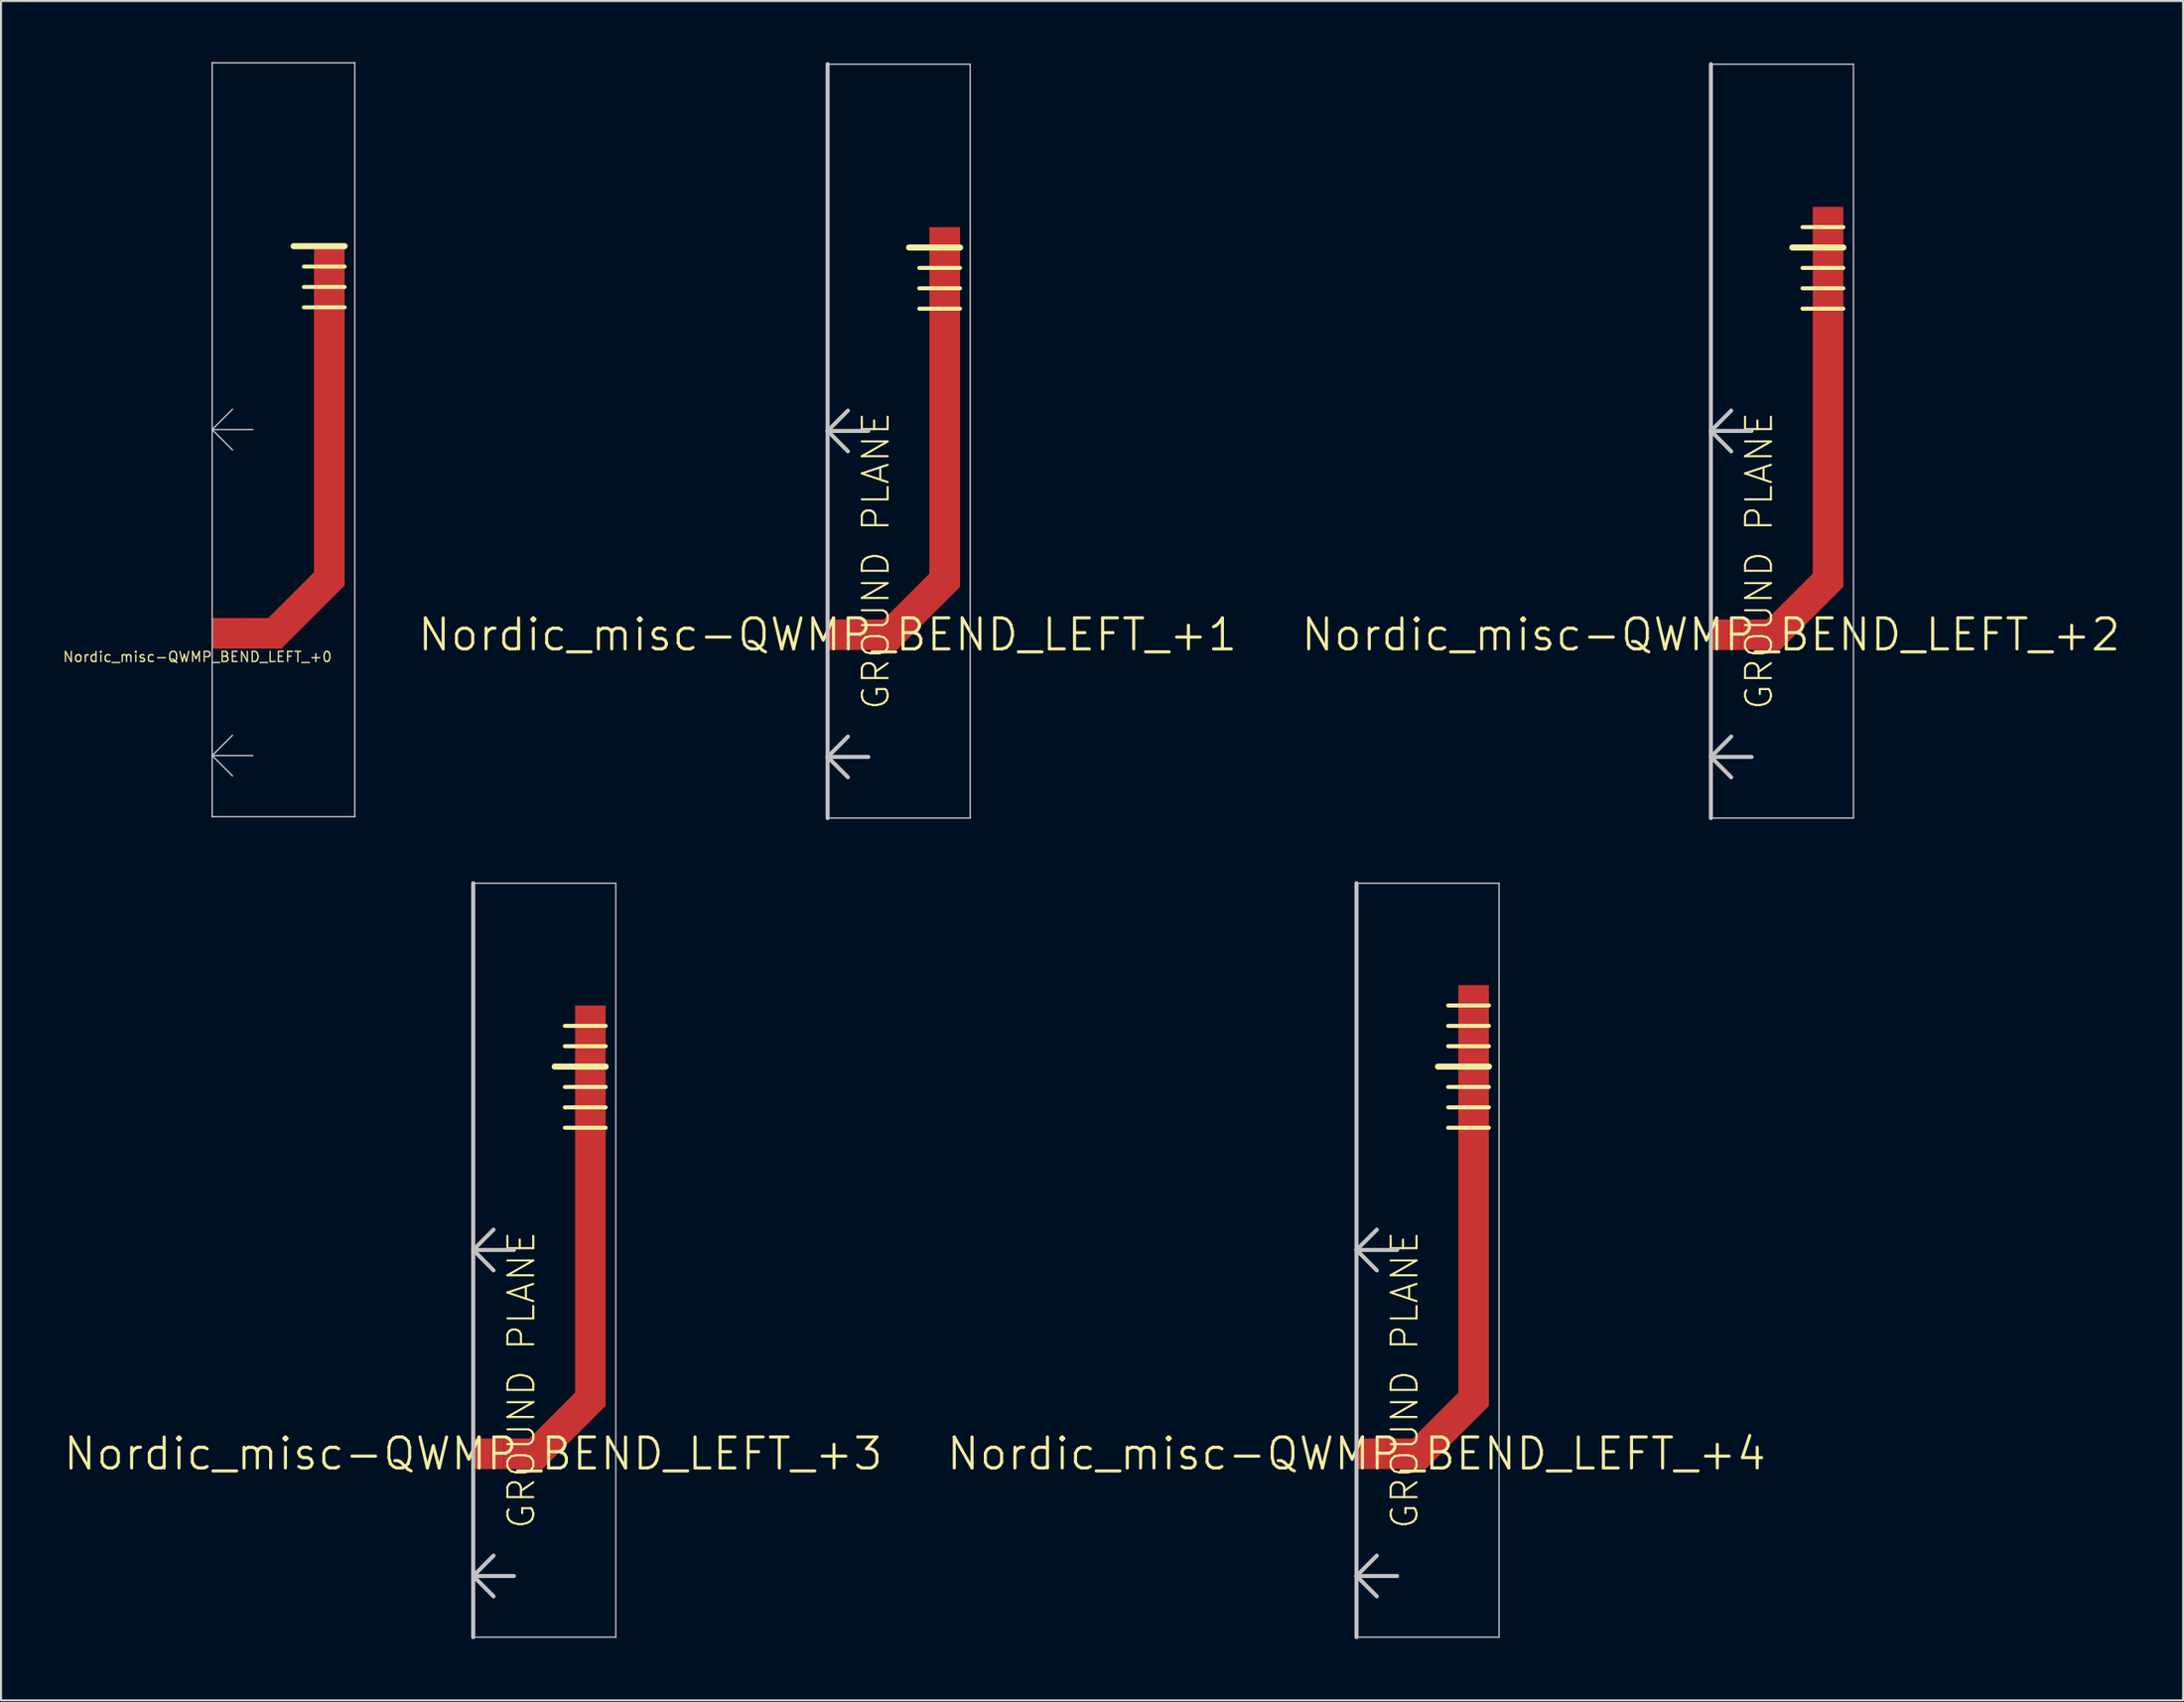
<source format=kicad_pcb>
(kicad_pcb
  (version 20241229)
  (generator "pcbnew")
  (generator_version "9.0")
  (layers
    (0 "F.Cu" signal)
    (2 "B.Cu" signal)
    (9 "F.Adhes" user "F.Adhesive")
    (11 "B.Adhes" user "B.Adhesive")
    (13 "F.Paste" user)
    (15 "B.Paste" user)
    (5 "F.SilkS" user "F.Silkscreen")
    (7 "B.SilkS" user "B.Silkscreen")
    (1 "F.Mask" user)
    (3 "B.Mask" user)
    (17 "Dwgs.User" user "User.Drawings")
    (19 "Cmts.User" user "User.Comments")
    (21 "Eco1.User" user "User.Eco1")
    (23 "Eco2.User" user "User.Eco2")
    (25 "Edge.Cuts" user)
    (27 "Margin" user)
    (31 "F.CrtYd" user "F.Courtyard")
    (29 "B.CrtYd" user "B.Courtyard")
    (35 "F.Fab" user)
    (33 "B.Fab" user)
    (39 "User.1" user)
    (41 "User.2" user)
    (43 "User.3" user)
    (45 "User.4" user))
  (footprint "Nordic_misc-QWMP_BEND_LEFT_+2"
    (layer "F.Cu")
    (at 80.918 28.097)
    (property "Reference" "Nordic_misc-QWMP_BEND_LEFT_+2" (at 0 0 0) (layer "F.SilkS") (effects (font (size 1.524 1.524) (thickness 0.15))))
    (attr smd)
    (fp_poly (pts (xy 1.499 -0.749) (xy 2.748 -0.749) (xy 4.999 -3) (xy 4.999 -20.998) (xy 6.5 -20.998) (xy 6.5 -2.349) (xy 3.399 0.749) (xy 1.499 0.749) (xy 1.499 -0.749)) (stroke (width 0) (type solid)) (fill yes) (layer "F.Cu"))
    (fp_line (start 4.498 -20) (end 6.5 -20) (stroke (width 0.198) (type solid)) (layer "F.SilkS"))
    (fp_line (start 4.498 -17.998) (end 6.5 -17.998) (stroke (width 0.198) (type solid)) (layer "F.SilkS"))
    (fp_line (start 4.498 -16.998) (end 6.5 -16.998) (stroke (width 0.198) (type solid)) (layer "F.SilkS"))
    (fp_line (start 4.498 -15.999) (end 6.5 -15.999) (stroke (width 0.198) (type solid)) (layer "F.SilkS"))
    (fp_line (start 6.5 -18.999) (end 3.998 -18.999) (stroke (width 0.3) (type solid)) (layer "F.SilkS"))
    (fp_line (start 0 -27.998) (end 0 -10) (stroke (width 0.198) (type solid)) (layer "Dwgs.User"))
    (fp_line (start 0 -27.998) (end 6.998 -27.998) (stroke (width 0.066) (type solid)) (layer "Dwgs.User"))
    (fp_line (start 0 -10) (end 0 5.999) (stroke (width 0.198) (type solid)) (layer "Dwgs.User"))
    (fp_line (start 0 -10) (end 0.998 -10.998) (stroke (width 0.198) (type solid)) (layer "Dwgs.User"))
    (fp_line (start 0 -10) (end 0.998 -8.999) (stroke (width 0.198) (type solid)) (layer "Dwgs.User"))
    (fp_line (start 0 -10) (end 1.999 -10) (stroke (width 0.198) (type solid)) (layer "Dwgs.User"))
    (fp_line (start 0 5.999) (end 0 8.999) (stroke (width 0.198) (type solid)) (layer "Dwgs.User"))
    (fp_line (start 0 5.999) (end 0.998 4.999) (stroke (width 0.198) (type solid)) (layer "Dwgs.User"))
    (fp_line (start 0 5.999) (end 0.998 6.998) (stroke (width 0.198) (type solid)) (layer "Dwgs.User"))
    (fp_line (start 0 5.999) (end 1.999 5.999) (stroke (width 0.198) (type solid)) (layer "Dwgs.User"))
    (fp_line (start 0 8.999) (end 0 -27.998) (stroke (width 0.066) (type solid)) (layer "Dwgs.User"))
    (fp_line (start 0 8.999) (end 6.998 8.999) (stroke (width 0.066) (type solid)) (layer "Dwgs.User"))
    (fp_line (start 6.998 8.999) (end 6.998 -27.998) (stroke (width 0.066) (type solid)) (layer "Dwgs.User"))
    (fp_text user "GROUND PLANE" (at 2.365 -3.619 90) (layer "F.SilkS") (effects (font (size 1.27 1.27) (thickness 0.102))))
    (pad "P$1" smd rect (at 0.749 0) (size 1.499 1.499) (layers "F.Cu" "F.Mask" "F.Paste")))
  (footprint "Nordic_misc-QWMP_BEND_LEFT_+0"
    (layer "F.Cu")
    (at 7.363 28.031)
    (property "Reference" "Nordic_misc-QWMP_BEND_LEFT_+0" (at -0.724 1.156 0) (layer "F.SilkS") (effects (font (size 0.5 0.5) (thickness 0.062))))
    (attr smd)
    (fp_poly (pts (xy 1.499 -0.749) (xy 2.748 -0.749) (xy 4.999 -3) (xy 4.999 -18.999) (xy 6.5 -18.999) (xy 6.5 -2.349) (xy 3.399 0.749) (xy 1.499 0.749) (xy 1.499 -0.749)) (stroke (width 0) (type solid)) (fill yes) (layer "F.Cu"))
    (fp_line (start 6.5 -18.999) (end 3.998 -18.999) (stroke (width 0.3) (type solid)) (layer "F.SilkS"))
    (fp_line (start 6.5 -17.998) (end 4.498 -17.998) (stroke (width 0.198) (type solid)) (layer "F.SilkS"))
    (fp_line (start 6.5 -16.998) (end 4.498 -16.998) (stroke (width 0.198) (type solid)) (layer "F.SilkS"))
    (fp_line (start 6.5 -15.999) (end 4.498 -15.999) (stroke (width 0.198) (type solid)) (layer "F.SilkS"))
    (fp_line (start 0 -27.998) (end 0 8.999) (stroke (width 0.066) (type solid)) (layer "Dwgs.User"))
    (fp_line (start 0 -27.998) (end 6.998 -27.998) (stroke (width 0.066) (type solid)) (layer "Dwgs.User"))
    (fp_line (start 0 -10) (end 0.998 -10.998) (stroke (width 0.066) (type solid)) (layer "Dwgs.User"))
    (fp_line (start 0 -10) (end 0.998 -8.999) (stroke (width 0.066) (type solid)) (layer "Dwgs.User"))
    (fp_line (start 0 -10) (end 1.999 -10) (stroke (width 0.066) (type solid)) (layer "Dwgs.User"))
    (fp_line (start 0 5.999) (end 0.998 4.999) (stroke (width 0.066) (type solid)) (layer "Dwgs.User"))
    (fp_line (start 0 5.999) (end 0.998 6.998) (stroke (width 0.066) (type solid)) (layer "Dwgs.User"))
    (fp_line (start 0 5.999) (end 1.999 5.999) (stroke (width 0.066) (type solid)) (layer "Dwgs.User"))
    (fp_line (start 0 8.999) (end 6.998 8.999) (stroke (width 0.066) (type solid)) (layer "Dwgs.User"))
    (fp_line (start 6.998 8.999) (end 6.998 -27.998) (stroke (width 0.066) (type solid)) (layer "Dwgs.User"))
    (pad "1" smd rect (at 0.749 0) (size 1.499 1.499) (layers "F.Cu" "F.Mask" "F.Paste")))
  (footprint "Nordic_misc-QWMP_BEND_LEFT_+4"
    (layer "F.Cu")
    (at 63.525 68.293)
    (property "Reference" "Nordic_misc-QWMP_BEND_LEFT_+4" (at 0 0 0) (layer "F.SilkS") (effects (font (size 1.524 1.524) (thickness 0.15))))
    (attr smd)
    (fp_poly (pts (xy 1.499 -0.749) (xy 2.748 -0.749) (xy 4.999 -3) (xy 4.999 -23) (xy 6.5 -23) (xy 6.5 -2.349) (xy 3.399 0.749) (xy 1.499 0.749) (xy 1.499 -0.749)) (stroke (width 0) (type solid)) (fill yes) (layer "F.Cu"))
    (fp_line (start 4.498 -21.999) (end 6.5 -21.999) (stroke (width 0.198) (type solid)) (layer "F.SilkS"))
    (fp_line (start 4.498 -20.998) (end 6.5 -20.998) (stroke (width 0.198) (type solid)) (layer "F.SilkS"))
    (fp_line (start 4.498 -20) (end 6.5 -20) (stroke (width 0.198) (type solid)) (layer "F.SilkS"))
    (fp_line (start 4.498 -17.998) (end 6.5 -17.998) (stroke (width 0.198) (type solid)) (layer "F.SilkS"))
    (fp_line (start 4.498 -16.998) (end 6.5 -16.998) (stroke (width 0.198) (type solid)) (layer "F.SilkS"))
    (fp_line (start 4.498 -15.999) (end 6.5 -15.999) (stroke (width 0.198) (type solid)) (layer "F.SilkS"))
    (fp_line (start 6.5 -18.999) (end 3.998 -18.999) (stroke (width 0.3) (type solid)) (layer "F.SilkS"))
    (fp_line (start 0 -27.998) (end 0 -10) (stroke (width 0.198) (type solid)) (layer "Dwgs.User"))
    (fp_line (start 0 -27.998) (end 6.998 -27.998) (stroke (width 0.066) (type solid)) (layer "Dwgs.User"))
    (fp_line (start 0 -10) (end 0 5.999) (stroke (width 0.198) (type solid)) (layer "Dwgs.User"))
    (fp_line (start 0 -10) (end 0.998 -10.998) (stroke (width 0.198) (type solid)) (layer "Dwgs.User"))
    (fp_line (start 0 -10) (end 0.998 -8.999) (stroke (width 0.198) (type solid)) (layer "Dwgs.User"))
    (fp_line (start 0 -10) (end 1.999 -10) (stroke (width 0.198) (type solid)) (layer "Dwgs.User"))
    (fp_line (start 0 5.999) (end 0 8.999) (stroke (width 0.198) (type solid)) (layer "Dwgs.User"))
    (fp_line (start 0 5.999) (end 0.998 4.999) (stroke (width 0.198) (type solid)) (layer "Dwgs.User"))
    (fp_line (start 0 5.999) (end 0.998 6.998) (stroke (width 0.198) (type solid)) (layer "Dwgs.User"))
    (fp_line (start 0 5.999) (end 1.999 5.999) (stroke (width 0.198) (type solid)) (layer "Dwgs.User"))
    (fp_line (start 0 8.999) (end 0 -27.998) (stroke (width 0.066) (type solid)) (layer "Dwgs.User"))
    (fp_line (start 0 8.999) (end 6.998 8.999) (stroke (width 0.066) (type solid)) (layer "Dwgs.User"))
    (fp_line (start 6.998 8.999) (end 6.998 -27.998) (stroke (width 0.066) (type solid)) (layer "Dwgs.User"))
    (fp_text user "GROUND PLANE" (at 2.365 -3.619 90) (layer "F.SilkS") (effects (font (size 1.27 1.27) (thickness 0.102))))
    (pad "P$1" smd rect (at 0.749 0) (size 1.499 1.499) (layers "F.Cu" "F.Mask" "F.Paste")))
  (footprint "Nordic_misc-QWMP_BEND_LEFT_+1"
    (layer "F.Cu")
    (at 37.568 28.097)
    (property "Reference" "Nordic_misc-QWMP_BEND_LEFT_+1" (at 0 0 0) (layer "F.SilkS") (effects (font (size 1.524 1.524) (thickness 0.15))))
    (attr smd)
    (fp_poly (pts (xy 1.499 -0.749) (xy 2.748 -0.749) (xy 4.999 -3) (xy 4.999 -20) (xy 6.5 -20) (xy 6.5 -2.349) (xy 3.399 0.749) (xy 1.499 0.749) (xy 1.499 -0.749)) (stroke (width 0) (type solid)) (fill yes) (layer "F.Cu"))
    (fp_line (start 4.498 -17.998) (end 6.5 -17.998) (stroke (width 0.198) (type solid)) (layer "F.SilkS"))
    (fp_line (start 4.498 -16.998) (end 6.5 -16.998) (stroke (width 0.198) (type solid)) (layer "F.SilkS"))
    (fp_line (start 4.498 -15.999) (end 6.5 -15.999) (stroke (width 0.198) (type solid)) (layer "F.SilkS"))
    (fp_line (start 6.5 -18.999) (end 3.998 -18.999) (stroke (width 0.3) (type solid)) (layer "F.SilkS"))
    (fp_line (start 0 -27.998) (end 0 -10) (stroke (width 0.198) (type solid)) (layer "Dwgs.User"))
    (fp_line (start 0 -27.998) (end 6.998 -27.998) (stroke (width 0.066) (type solid)) (layer "Dwgs.User"))
    (fp_line (start 0 -10) (end 0 5.999) (stroke (width 0.198) (type solid)) (layer "Dwgs.User"))
    (fp_line (start 0 -10) (end 0.998 -10.998) (stroke (width 0.198) (type solid)) (layer "Dwgs.User"))
    (fp_line (start 0 -10) (end 0.998 -8.999) (stroke (width 0.198) (type solid)) (layer "Dwgs.User"))
    (fp_line (start 0 -10) (end 1.999 -10) (stroke (width 0.198) (type solid)) (layer "Dwgs.User"))
    (fp_line (start 0 5.999) (end 0 8.999) (stroke (width 0.198) (type solid)) (layer "Dwgs.User"))
    (fp_line (start 0 5.999) (end 0.998 4.999) (stroke (width 0.198) (type solid)) (layer "Dwgs.User"))
    (fp_line (start 0 5.999) (end 0.998 6.998) (stroke (width 0.198) (type solid)) (layer "Dwgs.User"))
    (fp_line (start 0 5.999) (end 1.999 5.999) (stroke (width 0.198) (type solid)) (layer "Dwgs.User"))
    (fp_line (start 0 8.999) (end 0 -27.998) (stroke (width 0.066) (type solid)) (layer "Dwgs.User"))
    (fp_line (start 0 8.999) (end 6.998 8.999) (stroke (width 0.066) (type solid)) (layer "Dwgs.User"))
    (fp_line (start 6.998 8.999) (end 6.998 -27.998) (stroke (width 0.066) (type solid)) (layer "Dwgs.User"))
    (fp_text user "GROUND PLANE" (at 2.365 -3.619 90) (layer "F.SilkS") (effects (font (size 1.27 1.27) (thickness 0.102))))
    (pad "P$1" smd rect (at 0.749 0) (size 1.499 1.499) (layers "F.Cu" "F.Mask" "F.Paste")))
  (footprint "Nordic_misc-QWMP_BEND_LEFT_+3"
    (layer "F.Cu")
    (at 20.175 68.293)
    (property "Reference" "Nordic_misc-QWMP_BEND_LEFT_+3" (at 0 0 0) (layer "F.SilkS") (effects (font (size 1.524 1.524) (thickness 0.15))))
    (attr smd)
    (fp_poly (pts (xy 1.499 -0.749) (xy 2.748 -0.749) (xy 4.999 -3) (xy 4.999 -21.999) (xy 6.5 -21.999) (xy 6.5 -2.349) (xy 3.399 0.749) (xy 1.499 0.749) (xy 1.499 -0.749)) (stroke (width 0) (type solid)) (fill yes) (layer "F.Cu"))
    (fp_line (start 4.498 -20.998) (end 6.5 -20.998) (stroke (width 0.198) (type solid)) (layer "F.SilkS"))
    (fp_line (start 4.498 -20) (end 6.5 -20) (stroke (width 0.198) (type solid)) (layer "F.SilkS"))
    (fp_line (start 4.498 -17.998) (end 6.5 -17.998) (stroke (width 0.198) (type solid)) (layer "F.SilkS"))
    (fp_line (start 4.498 -16.998) (end 6.5 -16.998) (stroke (width 0.198) (type solid)) (layer "F.SilkS"))
    (fp_line (start 4.498 -15.999) (end 6.5 -15.999) (stroke (width 0.198) (type solid)) (layer "F.SilkS"))
    (fp_line (start 6.5 -18.999) (end 3.998 -18.999) (stroke (width 0.3) (type solid)) (layer "F.SilkS"))
    (fp_line (start 0 -27.998) (end 0 -10) (stroke (width 0.198) (type solid)) (layer "Dwgs.User"))
    (fp_line (start 0 -27.998) (end 6.998 -27.998) (stroke (width 0.066) (type solid)) (layer "Dwgs.User"))
    (fp_line (start 0 -10) (end 0 5.999) (stroke (width 0.198) (type solid)) (layer "Dwgs.User"))
    (fp_line (start 0 -10) (end 0.998 -10.998) (stroke (width 0.198) (type solid)) (layer "Dwgs.User"))
    (fp_line (start 0 -10) (end 0.998 -8.999) (stroke (width 0.198) (type solid)) (layer "Dwgs.User"))
    (fp_line (start 0 -10) (end 1.999 -10) (stroke (width 0.198) (type solid)) (layer "Dwgs.User"))
    (fp_line (start 0 5.999) (end 0 8.999) (stroke (width 0.198) (type solid)) (layer "Dwgs.User"))
    (fp_line (start 0 5.999) (end 0.998 4.999) (stroke (width 0.198) (type solid)) (layer "Dwgs.User"))
    (fp_line (start 0 5.999) (end 0.998 6.998) (stroke (width 0.198) (type solid)) (layer "Dwgs.User"))
    (fp_line (start 0 5.999) (end 1.999 5.999) (stroke (width 0.198) (type solid)) (layer "Dwgs.User"))
    (fp_line (start 0 8.999) (end 0 -27.998) (stroke (width 0.066) (type solid)) (layer "Dwgs.User"))
    (fp_line (start 0 8.999) (end 6.998 8.999) (stroke (width 0.066) (type solid)) (layer "Dwgs.User"))
    (fp_line (start 6.998 8.999) (end 6.998 -27.998) (stroke (width 0.066) (type solid)) (layer "Dwgs.User"))
    (fp_text user "GROUND PLANE" (at 2.365 -3.619 90) (layer "F.SilkS") (effects (font (size 1.27 1.27) (thickness 0.102))))
    (pad "P$1" smd rect (at 0.749 0) (size 1.499 1.499) (layers "F.Cu" "F.Mask" "F.Paste")))
  (gr_rect
    (start -3 -3)
    (end 104.093 80.392)
    (stroke (width 0.1) (type default))
    (fill no)
    (layer "Edge.Cuts")))
</source>
